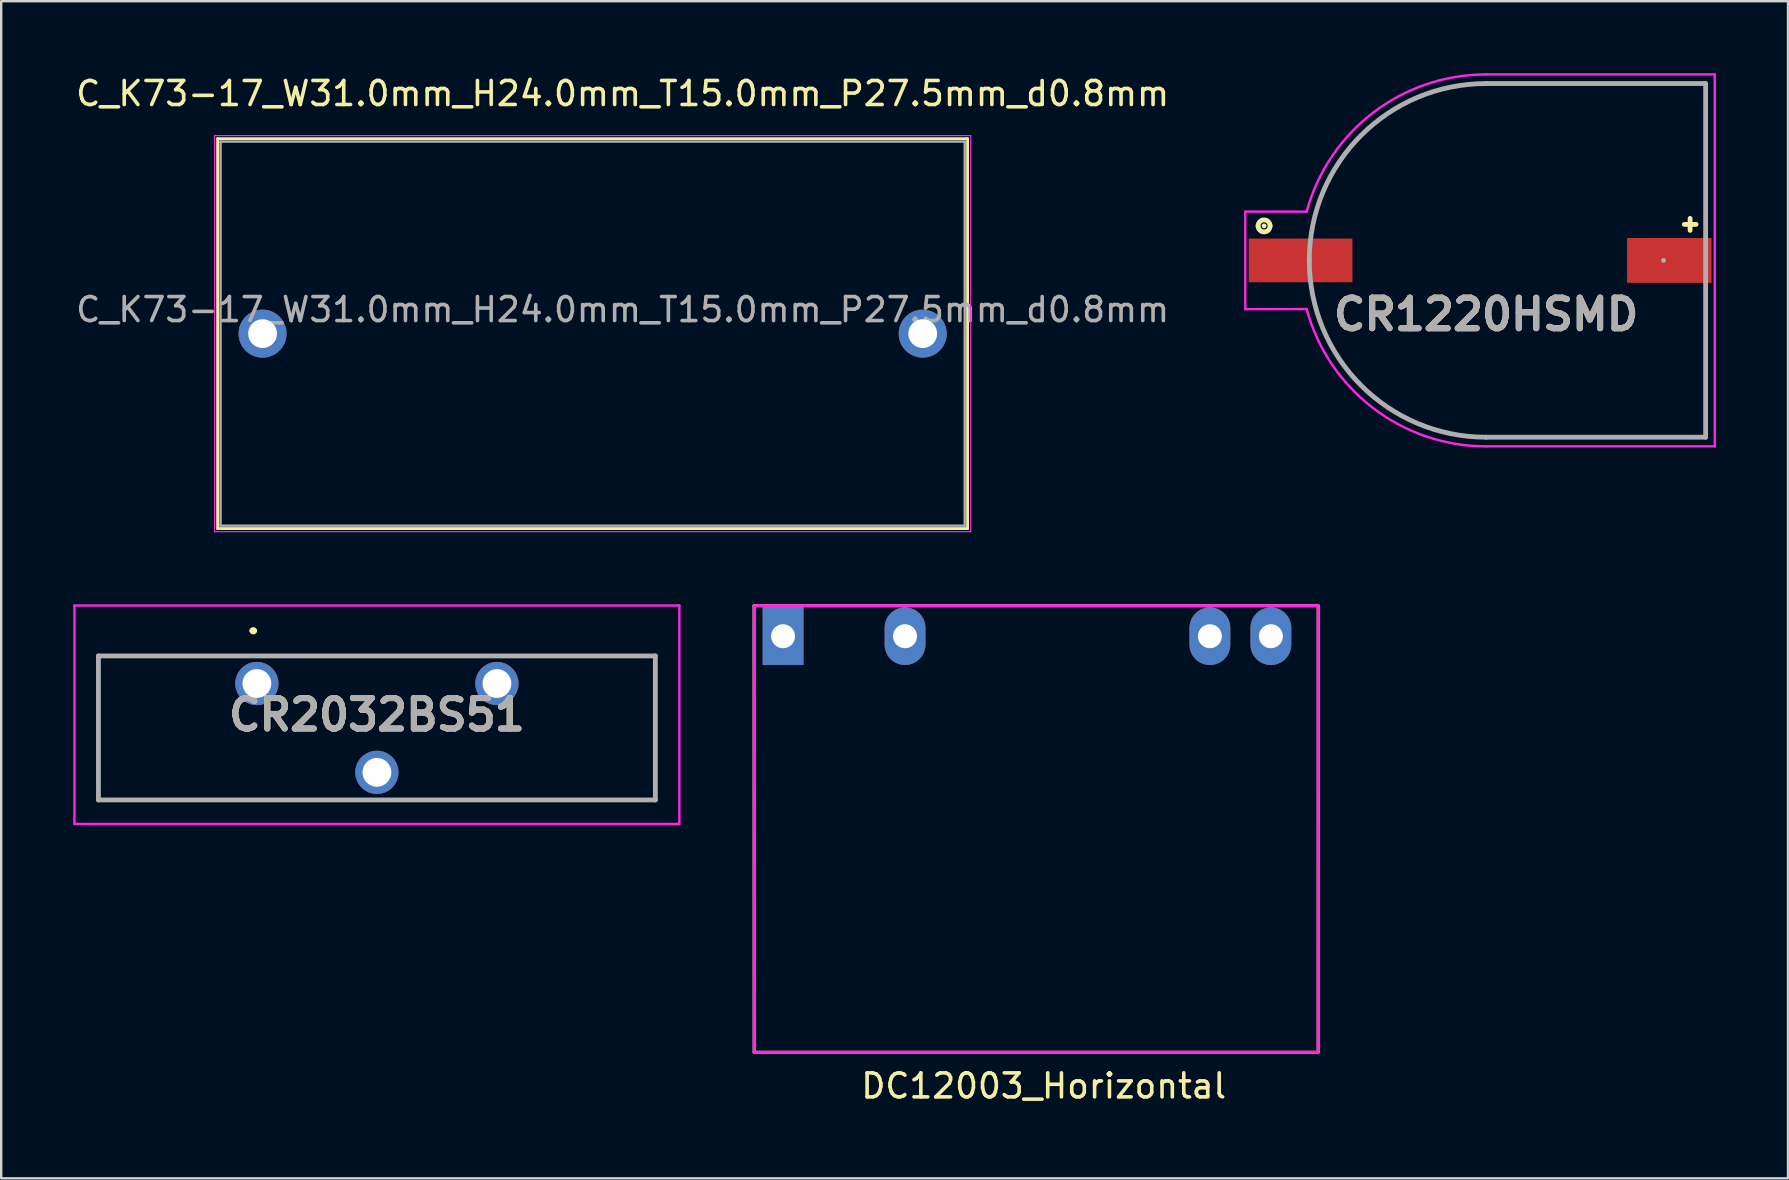
<source format=kicad_pcb>
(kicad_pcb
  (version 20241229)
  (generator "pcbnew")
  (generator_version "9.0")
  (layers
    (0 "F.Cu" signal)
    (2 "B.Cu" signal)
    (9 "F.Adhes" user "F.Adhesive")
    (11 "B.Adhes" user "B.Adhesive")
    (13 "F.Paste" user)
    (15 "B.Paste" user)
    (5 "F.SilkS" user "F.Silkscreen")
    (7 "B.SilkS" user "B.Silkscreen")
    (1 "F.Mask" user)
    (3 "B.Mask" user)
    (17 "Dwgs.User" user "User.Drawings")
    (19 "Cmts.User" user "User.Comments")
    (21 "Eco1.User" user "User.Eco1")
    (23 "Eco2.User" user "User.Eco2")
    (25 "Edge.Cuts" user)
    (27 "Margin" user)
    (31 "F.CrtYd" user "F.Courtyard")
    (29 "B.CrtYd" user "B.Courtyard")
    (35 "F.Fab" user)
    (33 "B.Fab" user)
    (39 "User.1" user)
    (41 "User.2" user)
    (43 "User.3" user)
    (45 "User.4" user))
  (footprint "CR2032BS51"
    (layer "F.Cu")
    (at 7.65 25.423)
    (property "Reference" "CR2032BS51" (at 5 1.3 0) (layer "F.SilkS") (effects (font (size 1.27 1.27) (thickness 0.254))))
    (attr through_hole)
    (fp_line (start -6.6 -1.15) (end -6.6 -1.15) (stroke (width 0.1) (type solid)) (layer "F.SilkS"))
    (fp_line (start -6.6 -1.15) (end -6.6 -1.15) (stroke (width 0.1) (type solid)) (layer "F.SilkS"))
    (fp_line (start -6.6 -1.15) (end -6.6 4.85) (stroke (width 0.1) (type solid)) (layer "F.SilkS"))
    (fp_line (start -6.6 -1.15) (end -1.25 -1.15) (stroke (width 0.1) (type solid)) (layer "F.SilkS"))
    (fp_line (start -6.6 4.85) (end -6.6 -1.15) (stroke (width 0.1) (type solid)) (layer "F.SilkS"))
    (fp_line (start -6.6 4.85) (end -6.6 4.85) (stroke (width 0.1) (type solid)) (layer "F.SilkS"))
    (fp_line (start -6.6 4.85) (end -6.6 4.85) (stroke (width 0.1) (type solid)) (layer "F.SilkS"))
    (fp_line (start -6.6 4.85) (end 4 4.85) (stroke (width 0.1) (type solid)) (layer "F.SilkS"))
    (fp_line (start -1.25 -1.15) (end -6.6 -1.15) (stroke (width 0.1) (type solid)) (layer "F.SilkS"))
    (fp_line (start -1.25 -1.15) (end -1.25 -1.15) (stroke (width 0.1) (type solid)) (layer "F.SilkS"))
    (fp_line (start -0.2 -2.2) (end -0.2 -2.2) (stroke (width 0.2) (type solid)) (layer "F.SilkS"))
    (fp_line (start -0.2 -2.2) (end -0.2 -2.2) (stroke (width 0.2) (type solid)) (layer "F.SilkS"))
    (fp_line (start -0.1 -2.2) (end -0.1 -2.2) (stroke (width 0.2) (type solid)) (layer "F.SilkS"))
    (fp_line (start 1.25 -1.15) (end 1.25 -1.15) (stroke (width 0.1) (type solid)) (layer "F.SilkS"))
    (fp_line (start 1.25 -1.15) (end 9 -1.15) (stroke (width 0.1) (type solid)) (layer "F.SilkS"))
    (fp_line (start 4 4.85) (end -6.6 4.85) (stroke (width 0.1) (type solid)) (layer "F.SilkS"))
    (fp_line (start 4 4.85) (end 4 4.85) (stroke (width 0.1) (type solid)) (layer "F.SilkS"))
    (fp_line (start 6 4.85) (end 6 4.85) (stroke (width 0.1) (type solid)) (layer "F.SilkS"))
    (fp_line (start 6 4.85) (end 16.6 4.85) (stroke (width 0.1) (type solid)) (layer "F.SilkS"))
    (fp_line (start 9 -1.15) (end 1.25 -1.15) (stroke (width 0.1) (type solid)) (layer "F.SilkS"))
    (fp_line (start 9 -1.15) (end 9 -1.15) (stroke (width 0.1) (type solid)) (layer "F.SilkS"))
    (fp_line (start 11 -1.15) (end 11 -1.15) (stroke (width 0.1) (type solid)) (layer "F.SilkS"))
    (fp_line (start 11 -1.15) (end 16.6 -1.15) (stroke (width 0.1) (type solid)) (layer "F.SilkS"))
    (fp_line (start 16.6 -1.15) (end 11 -1.15) (stroke (width 0.1) (type solid)) (layer "F.SilkS"))
    (fp_line (start 16.6 -1.15) (end 16.6 -1.15) (stroke (width 0.1) (type solid)) (layer "F.SilkS"))
    (fp_line (start 16.6 -1.15) (end 16.6 -1.15) (stroke (width 0.1) (type solid)) (layer "F.SilkS"))
    (fp_line (start 16.6 -1.15) (end 16.6 4.85) (stroke (width 0.1) (type solid)) (layer "F.SilkS"))
    (fp_line (start 16.6 4.85) (end 6 4.85) (stroke (width 0.1) (type solid)) (layer "F.SilkS"))
    (fp_line (start 16.6 4.85) (end 16.6 -1.15) (stroke (width 0.1) (type solid)) (layer "F.SilkS"))
    (fp_line (start 16.6 4.85) (end 16.6 4.85) (stroke (width 0.1) (type solid)) (layer "F.SilkS"))
    (fp_line (start 16.6 4.85) (end 16.6 4.85) (stroke (width 0.1) (type solid)) (layer "F.SilkS"))
    (fp_arc (start -0.2 -2.2) (mid -0.15 -2.25) (end -0.1 -2.2) (stroke (width 0.2) (type solid)) (layer "F.SilkS"))
    (fp_arc (start -0.1 -2.2) (mid -0.15 -2.15) (end -0.2 -2.2) (stroke (width 0.2) (type solid)) (layer "F.SilkS"))
    (fp_arc (start -0.1 -2.2) (mid -0.15 -2.15) (end -0.2 -2.2) (stroke (width 0.2) (type solid)) (layer "F.SilkS"))
    (fp_line (start -7.6 -3.25) (end 17.6 -3.25) (stroke (width 0.1) (type solid)) (layer "F.CrtYd"))
    (fp_line (start -7.6 5.85) (end -7.6 -3.25) (stroke (width 0.1) (type solid)) (layer "F.CrtYd"))
    (fp_line (start 17.6 -3.25) (end 17.6 5.85) (stroke (width 0.1) (type solid)) (layer "F.CrtYd"))
    (fp_line (start 17.6 5.85) (end -7.6 5.85) (stroke (width 0.1) (type solid)) (layer "F.CrtYd"))
    (fp_line (start -6.6 -1.15) (end 16.6 -1.15) (stroke (width 0.2) (type solid)) (layer "F.Fab"))
    (fp_line (start -6.6 4.85) (end -6.6 -1.15) (stroke (width 0.2) (type solid)) (layer "F.Fab"))
    (fp_line (start 16.6 -1.15) (end 16.6 4.85) (stroke (width 0.2) (type solid)) (layer "F.Fab"))
    (fp_line (start 16.6 4.85) (end -6.6 4.85) (stroke (width 0.2) (type solid)) (layer "F.Fab"))
    (fp_text user "${REFERENCE}" (at 5 1.3 0) (layer "F.Fab") (effects (font (size 1.27 1.27) (thickness 0.254))))
    (pad "1" thru_hole circle (at 0 0) (size 1.8 1.8) (drill 1.2) (layers "*.Cu" "*.Mask"))
    (pad "2" thru_hole circle (at 10 0) (size 1.8 1.8) (drill 1.2) (layers "*.Cu" "*.Mask"))
    (pad "3" thru_hole circle (at 5 3.7) (size 1.8 1.8) (drill 1.2) (layers "*.Cu" "*.Mask")))
  (footprint "DC12003_Horizontal"
    (layer "F.Cu")
    (at 29.57 23.453)
    (property "Reference" "DC12003_Horizontal" (at 10.858 18.733 0) (layer "F.SilkS") (effects (font (size 1 1) (thickness 0.15))))
    (attr through_hole)
    (fp_line (start -1.21 -1.27) (end 22.29 -1.27) (stroke (width 0.12) (type solid)) (layer "F.SilkS"))
    (fp_line (start -1.206 17.33) (end -1.21 -1.27) (stroke (width 0.12) (type solid)) (layer "F.SilkS"))
    (fp_line (start -1.206 17.33) (end 22.294 17.33) (stroke (width 0.12) (type solid)) (layer "F.SilkS"))
    (fp_line (start 22.29 -1.27) (end 22.288 17.33) (stroke (width 0.12) (type solid)) (layer "F.SilkS"))
    (fp_line (start -1.206 -1.27) (end 22.288 -1.27) (stroke (width 0.12) (type solid)) (layer "F.CrtYd"))
    (fp_line (start -1.206 17.33) (end -1.206 -1.27) (stroke (width 0.12) (type solid)) (layer "F.CrtYd"))
    (fp_line (start 22.288 -1.27) (end 22.288 17.33) (stroke (width 0.12) (type solid)) (layer "F.CrtYd"))
    (fp_line (start 22.288 17.33) (end -1.206 17.33) (stroke (width 0.12) (type solid)) (layer "F.CrtYd"))
    (pad "1" thru_hole rect (at 0 0) (size 1.7 2.4) (drill 1) (layers "*.Cu" "*.Mask"))
    (pad "2" thru_hole oval (at 5.08 0) (size 1.7 2.4) (drill 1) (layers "*.Cu" "*.Mask"))
    (pad "3" thru_hole oval (at 17.78 0) (size 1.7 2.4) (drill 1) (layers "*.Cu" "*.Mask"))
    (pad "4" thru_hole oval (at 20.32 0) (size 1.7 2.4) (drill 1) (layers "*.Cu" "*.Mask")))
  (footprint "CR1220HSMD"
    (layer "F.Cu")
    (at 58.857 7.797)
    (property "Reference" "CR1220HSMD" (at 0 2.25 0) (layer "F.SilkS") (effects (font (size 1.27 1.27) (thickness 0.254))))
    (attr through_hole)
    (fp_line (start -9.25 -1.437) (end -9.25 -1.437) (stroke (width 0.2) (type solid)) (layer "F.SilkS"))
    (fp_line (start 8.496 -1.25) (end 8.496 -1.75) (stroke (width 0.2) (type solid)) (layer "F.SilkS"))
    (fp_line (start 8.746 -1.5) (end 8.255 -1.5) (stroke (width 0.2) (type solid)) (layer "F.SilkS"))
    (fp_arc (start -9.5 -1.4365) (mid -9.25 -1.6865) (end -9 -1.4365) (stroke (width 0.2) (type solid)) (layer "F.SilkS"))
    (fp_arc (start -9 -1.4365) (mid -9.25 -1.1865) (end -9.5 -1.4365) (stroke (width 0.2) (type solid)) (layer "F.SilkS"))
    (fp_line (start -10.033 -2.032) (end -7.476 -2.031) (stroke (width 0.1) (type solid)) (layer "F.CrtYd"))
    (fp_line (start -10.033 2.032) (end -10.033 -2.032) (stroke (width 0.1) (type solid)) (layer "F.CrtYd"))
    (fp_line (start -10.033 2.032) (end -7.477 2.028) (stroke (width 0.1) (type solid)) (layer "F.CrtYd"))
    (fp_line (start 9.525 -7.747) (end 0 -7.747) (stroke (width 0.1) (type solid)) (layer "F.CrtYd"))
    (fp_line (start 9.525 -7.747) (end 9.525 7.747) (stroke (width 0.1) (type solid)) (layer "F.CrtYd"))
    (fp_line (start 9.525 7.747) (end 0 7.747) (stroke (width 0.1) (type solid)) (layer "F.CrtYd"))
    (fp_arc (start -7.475983 -2.03118) (mid -4.705341 -6.15433) (end 0 -7.747) (stroke (width 0.1) (type solid)) (layer "F.CrtYd"))
    (fp_arc (start -0.003663 7.746998) (mid -4.708249 6.152104) (end -7.476941 2.027644) (stroke (width 0.1) (type solid)) (layer "F.CrtYd"))
    (fp_line (start 0 7.366) (end 9.144 7.366) (stroke (width 0.2) (type solid)) (layer "F.Fab"))
    (fp_line (start 7.39 0) (end 7.39 0) (stroke (width 0.2) (type solid)) (layer "F.Fab"))
    (fp_line (start 9.144 -7.366) (end 0 -7.366) (stroke (width 0.2) (type solid)) (layer "F.Fab"))
    (fp_line (start 9.144 7.366) (end 9.144 -7.366) (stroke (width 0.2) (type solid)) (layer "F.Fab"))
    (fp_arc (start -7.366 0) (mid -5.208549 -5.208549) (end 0 -7.366) (stroke (width 0.2) (type solid)) (layer "F.Fab"))
    (fp_arc (start 0 7.366) (mid -5.208549 5.208549) (end -7.366 0) (stroke (width 0.2) (type solid)) (layer "F.Fab"))
    (fp_text user "${REFERENCE}" (at 0 2.25 0) (layer "F.Fab") (effects (font (size 1.27 1.27) (thickness 0.254))))
    (pad "" np_thru_hole circle (at -3.5 0) (size 0.001 0.001) (drill 0.9) (layers "*.Cu" "*.Mask"))
    (pad "" np_thru_hole circle (at 3.75 0) (size 0.001 0.001) (drill 1.16) (layers "*.Cu" "*.Mask"))
    (pad "1" smd rect (at -7.73 0 90) (size 1.82 4.32) (layers "F.Cu" "F.Mask" "F.Paste"))
    (pad "2" smd rect (at 7.63 0 90) (size 1.87 3.52) (layers "F.Cu" "F.Mask" "F.Paste")))
  (footprint "C_K73-17_W31.0mm_H24.0mm_T15.0mm_P27.5mm_d0.8mm"
    (layer "F.Cu")
    (at 7.887 10.848)
    (property "Reference" "C_K73-17_W31.0mm_H24.0mm_T15.0mm_P27.5mm_d0.8mm" (at 15 -10 0) (layer "F.SilkS") (effects (font (size 1 1) (thickness 0.15))))
    (attr through_hole)
    (fp_line (start -1.87 -8.12) (end -1.87 8.12) (stroke (width 0.12) (type solid)) (layer "F.SilkS"))
    (fp_line (start -1.87 -8.12) (end 29.37 -8.12) (stroke (width 0.12) (type solid)) (layer "F.SilkS"))
    (fp_line (start -1.87 8.12) (end 29.37 8.12) (stroke (width 0.12) (type solid)) (layer "F.SilkS"))
    (fp_line (start 29.37 -8.12) (end 29.37 8.12) (stroke (width 0.12) (type solid)) (layer "F.SilkS"))
    (fp_line (start -2 -8.25) (end -2 8.25) (stroke (width 0.05) (type solid)) (layer "F.CrtYd"))
    (fp_line (start -2 8.25) (end 29.5 8.25) (stroke (width 0.05) (type solid)) (layer "F.CrtYd"))
    (fp_line (start 29.5 -8.25) (end -2 -8.25) (stroke (width 0.05) (type solid)) (layer "F.CrtYd"))
    (fp_line (start 29.5 8.25) (end 29.5 -8.25) (stroke (width 0.05) (type solid)) (layer "F.CrtYd"))
    (fp_line (start -1.75 -8) (end -1.75 8) (stroke (width 0.1) (type solid)) (layer "F.Fab"))
    (fp_line (start -1.75 8) (end 29.25 8) (stroke (width 0.1) (type solid)) (layer "F.Fab"))
    (fp_line (start 29.25 -8) (end -1.75 -8) (stroke (width 0.1) (type solid)) (layer "F.Fab"))
    (fp_line (start 29.25 8) (end 29.25 -8) (stroke (width 0.1) (type solid)) (layer "F.Fab"))
    (fp_text user "${REFERENCE}" (at 15 -1 0) (layer "F.Fab") (effects (font (size 1 1) (thickness 0.15))))
    (pad "1" thru_hole circle (at 0 0) (size 2 2) (drill 1.2) (layers "*.Cu" "*.Mask"))
    (pad "2" thru_hole circle (at 27.5 0) (size 2 2) (drill 1.2) (layers "*.Cu" "*.Mask")))
  (gr_rect
    (start -3 -3)
    (end 71.432 46.034)
    (stroke (width 0.1) (type default))
    (fill no)
    (layer "Edge.Cuts")))
</source>
